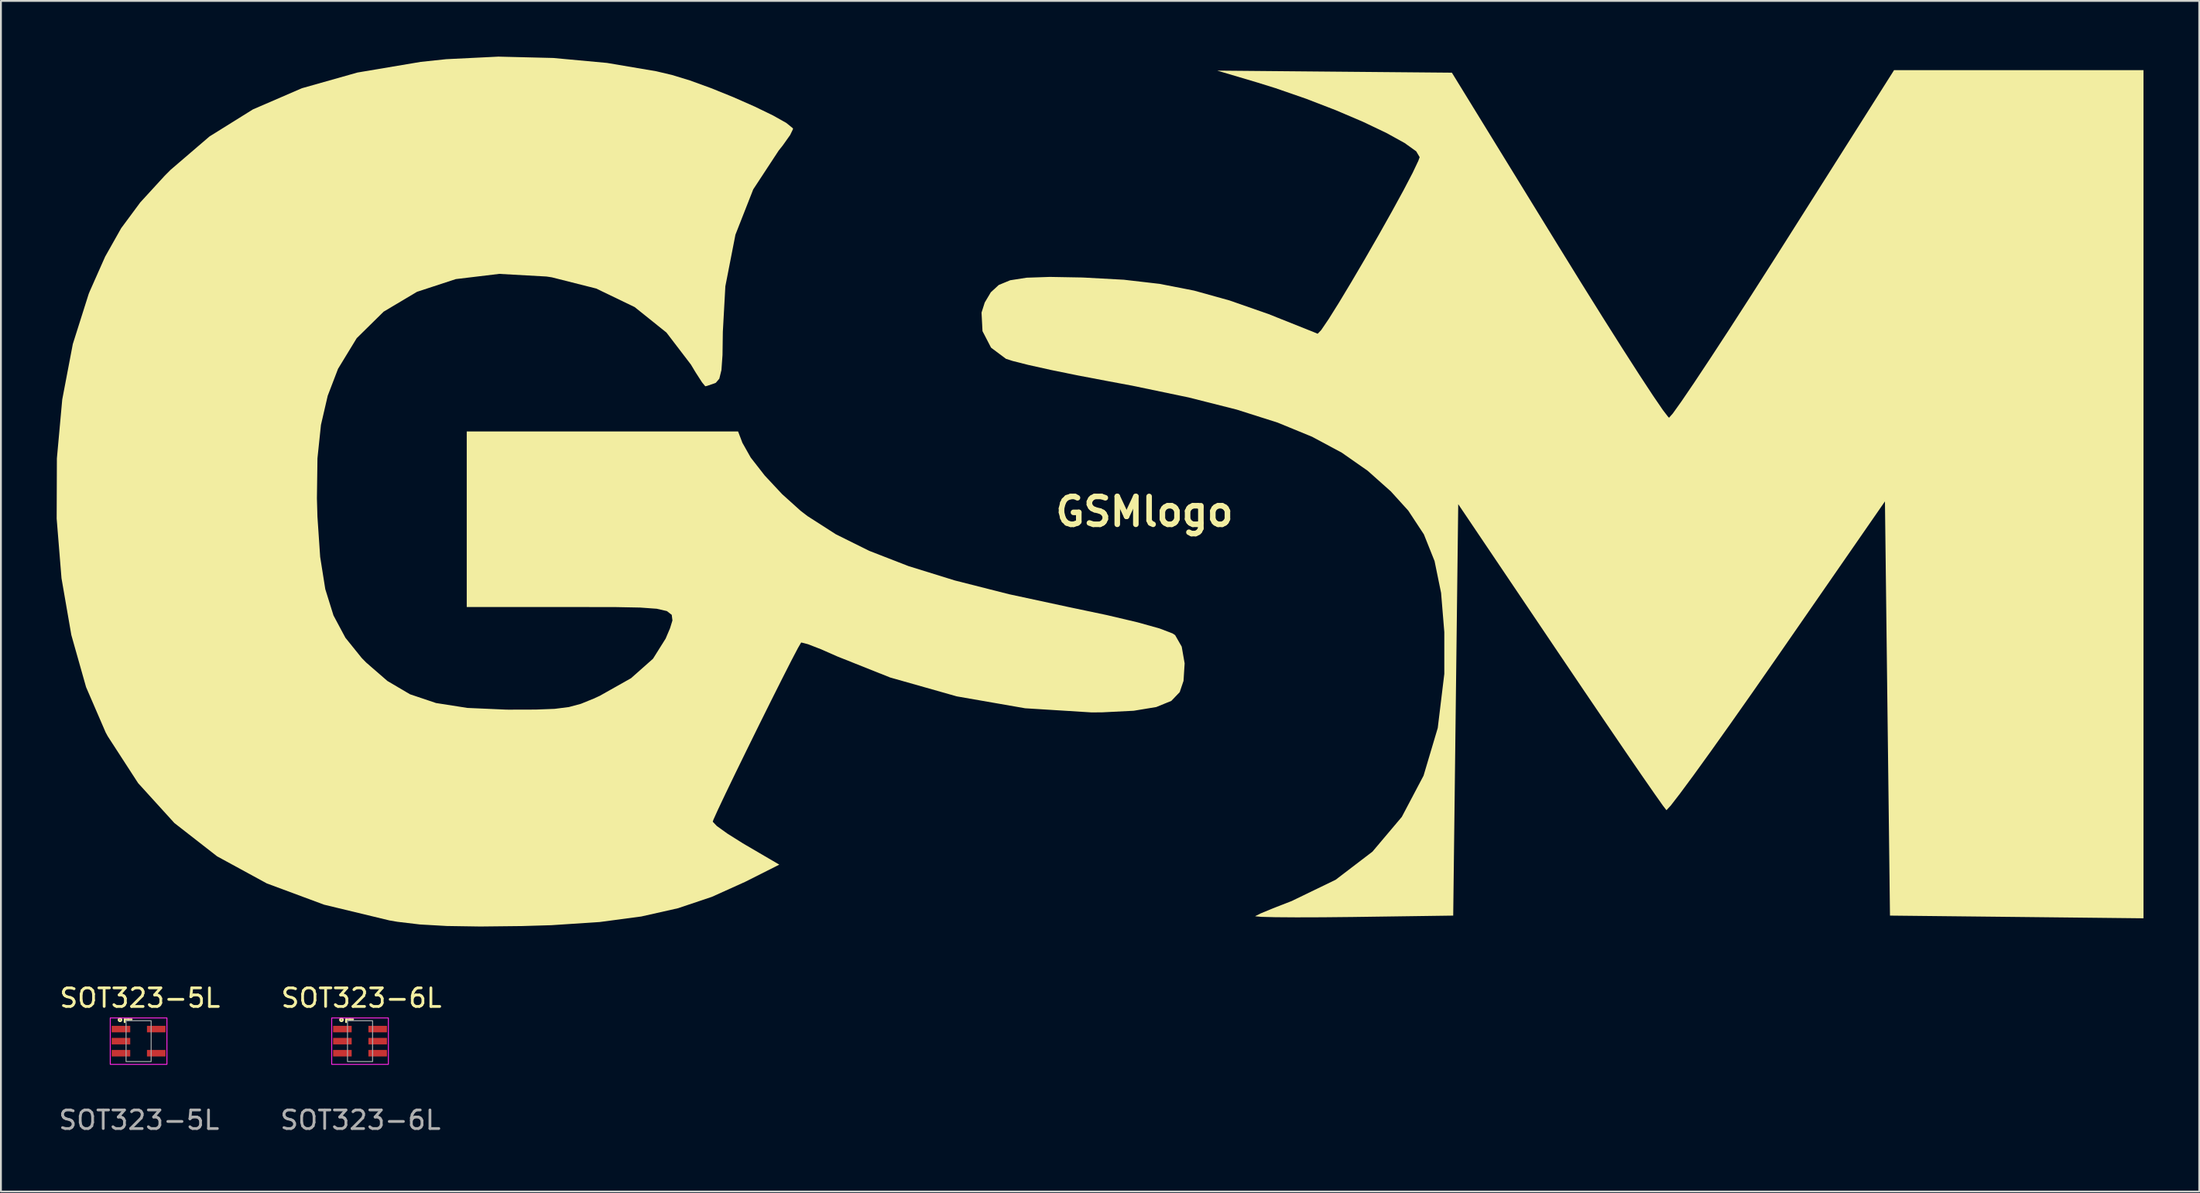
<source format=kicad_pcb>
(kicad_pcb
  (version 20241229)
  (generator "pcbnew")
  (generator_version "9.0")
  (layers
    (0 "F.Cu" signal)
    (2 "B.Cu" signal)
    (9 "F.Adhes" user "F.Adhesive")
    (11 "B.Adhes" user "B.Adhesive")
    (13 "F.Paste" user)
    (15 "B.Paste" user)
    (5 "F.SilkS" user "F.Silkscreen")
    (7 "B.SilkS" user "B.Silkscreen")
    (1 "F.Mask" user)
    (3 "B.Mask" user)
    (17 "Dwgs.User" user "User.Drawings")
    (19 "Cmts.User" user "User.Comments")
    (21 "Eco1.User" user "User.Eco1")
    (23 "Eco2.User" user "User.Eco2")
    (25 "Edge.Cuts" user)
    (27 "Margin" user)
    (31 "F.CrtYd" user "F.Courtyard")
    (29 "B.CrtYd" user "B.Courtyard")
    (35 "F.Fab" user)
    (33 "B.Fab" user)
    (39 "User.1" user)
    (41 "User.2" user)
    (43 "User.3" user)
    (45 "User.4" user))
  (footprint "SOT323-6L"
    (layer "F.Cu")
    (at 16.329 52.946)
    (property "Reference" "SOT323-6L" (at 0.075 -2.25 0) (unlocked yes) (layer "F.SilkS") (effects (font (size 1 1) (thickness 0.15))))
    (attr smd)
    (fp_line (start -0.75 -1.1) (end -0.55 -1.1) (stroke (width 0.1) (type default)) (layer "F.SilkS"))
    (fp_line (start -0.75 -0.95) (end -0.75 -1.1) (stroke (width 0.1) (type default)) (layer "F.SilkS"))
    (fp_line (start -0.55 -1.1) (end -0.375 -1.1) (stroke (width 0.1) (type default)) (layer "F.SilkS"))
    (fp_circle (center -1 -1.075) (end -1 -1.05) (stroke (width 0.1) (type default)) (fill no) (layer "F.SilkS"))
    (fp_rect (start -1.525 -1.175) (end 1.525 1.325) (stroke (width 0.05) (type default)) (fill no) (layer "F.CrtYd"))
    (fp_rect (start -0.675 -1.025) (end 0.675 1.175) (stroke (width 0.05) (type default)) (fill no) (layer "F.Fab"))
    (fp_text user "${REFERENCE}" (at 0.025 4.325 0) (unlocked yes) (layer "F.Fab") (effects (font (size 1 1) (thickness 0.15))))
    (pad "1" smd rect (at -0.95 -0.575 90) (size 0.35 1) (layers "F.Cu" "F.Mask" "F.Paste"))
    (pad "2" smd rect (at -0.95 0.075 90) (size 0.35 1) (layers "F.Cu" "F.Mask" "F.Paste"))
    (pad "3" smd rect (at -0.95 0.725 90) (size 0.35 1) (layers "F.Cu" "F.Mask" "F.Paste"))
    (pad "4" smd rect (at 0.95 0.725 90) (size 0.35 1) (layers "F.Cu" "F.Mask" "F.Paste"))
    (pad "5" smd rect (at 0.95 0.075 90) (size 0.35 1) (layers "F.Cu" "F.Mask" "F.Paste"))
    (pad "6" smd rect (at 0.95 -0.575 90) (size 0.35 1) (layers "F.Cu" "F.Mask" "F.Paste")))
  (footprint "SOT323-5L"
    (layer "F.Cu")
    (at 4.41 52.946)
    (property "Reference" "SOT323-5L" (at 0.075 -2.25 0) (unlocked yes) (layer "F.SilkS") (effects (font (size 1 1) (thickness 0.15))))
    (attr smd)
    (fp_line (start -0.75 -1.1) (end -0.55 -1.1) (stroke (width 0.1) (type default)) (layer "F.SilkS"))
    (fp_line (start -0.75 -0.95) (end -0.75 -1.1) (stroke (width 0.1) (type default)) (layer "F.SilkS"))
    (fp_line (start -0.55 -1.1) (end -0.375 -1.1) (stroke (width 0.1) (type default)) (layer "F.SilkS"))
    (fp_circle (center -1 -1.075) (end -1 -1.05) (stroke (width 0.1) (type default)) (fill no) (layer "F.SilkS"))
    (fp_rect (start -1.525 -1.175) (end 1.525 1.325) (stroke (width 0.05) (type default)) (fill no) (layer "F.CrtYd"))
    (fp_rect (start -0.675 -1.025) (end 0.675 1.175) (stroke (width 0.05) (type default)) (fill no) (layer "F.Fab"))
    (fp_text user "${REFERENCE}" (at 0.025 4.325 0) (unlocked yes) (layer "F.Fab") (effects (font (size 1 1) (thickness 0.15))))
    (pad "1" smd rect (at -0.95 -0.575 90) (size 0.35 1) (layers "F.Cu" "F.Mask" "F.Paste"))
    (pad "2" smd rect (at -0.95 0.075 90) (size 0.35 1) (layers "F.Cu" "F.Mask" "F.Paste"))
    (pad "3" smd rect (at -0.95 0.725 90) (size 0.35 1) (layers "F.Cu" "F.Mask" "F.Paste"))
    (pad "4" smd rect (at 0.95 0.725 90) (size 0.35 1) (layers "F.Cu" "F.Mask" "F.Paste"))
    (pad "5" smd rect (at 0.95 -0.575 90) (size 0.35 1) (layers "F.Cu" "F.Mask" "F.Paste")))
  (footprint "GSMlogo"
    (layer "F.Cu")
    (at 58.551 24.508)
    (property "Reference" "GSMlogo" (at 0 0 0) (layer "F.SilkS") (effects (font (size 1.5 1.5) (thickness 0.3))))
    (attr board_only exclude_from_pos_files exclude_from_bom)
    (fp_poly (pts (xy 53.772 -0.941) (xy 53.772 21.897) (xy 46.949 21.824) (xy 40.127 21.752) (xy 39.991 10.598) (xy 39.856 -0.555) (xy 34.063 7.813) (xy 32.757 9.689) (xy 31.545 11.413) (xy 30.462 12.936) (xy 29.541 14.212) (xy 28.817 15.191) (xy 28.326 15.827) (xy 28.1 16.071) (xy 28.093 16.072) (xy 27.906 15.83) (xy 27.454 15.19) (xy 26.769 14.203) (xy 25.888 12.919) (xy 24.845 11.388) (xy 23.674 9.662) (xy 22.411 7.791) (xy 22.402 7.779) (xy 16.888 -0.405) (xy 16.753 10.673) (xy 16.618 21.752) (xy 11.23 21.826) (xy 9.6 21.842) (xy 8.18 21.846) (xy 7.048 21.838) (xy 6.283 21.819) (xy 5.965 21.788) (xy 5.961 21.781) (xy 6.255 21.634) (xy 6.919 21.358) (xy 7.814 21.01) (xy 7.907 20.975) (xy 10.289 19.822) (xy 12.271 18.308) (xy 13.85 16.437) (xy 15.022 14.215) (xy 15.786 11.646) (xy 16.139 8.733) (xy 16.139 6.485) (xy 15.965 4.371) (xy 15.614 2.657) (xy 15.04 1.221) (xy 14.197 -0.061) (xy 13.264 -1.091) (xy 12.014 -2.205) (xy 10.621 -3.179) (xy 9.023 -4.036) (xy 7.159 -4.802) (xy 4.965 -5.499) (xy 2.38 -6.153) (xy -0.659 -6.787) (xy -2.013 -7.04) (xy -3.587 -7.339) (xy -5.034 -7.634) (xy -6.244 -7.903) (xy -7.109 -8.122) (xy -7.455 -8.234) (xy -8.258 -8.835) (xy -8.718 -9.724) (xy -8.77 -10.725) (xy -8.598 -11.266) (xy -8.27 -11.818) (xy -7.842 -12.211) (xy -7.227 -12.465) (xy -6.341 -12.603) (xy -5.095 -12.645) (xy -3.405 -12.615) (xy -3.243 -12.609) (xy -1.108 -12.493) (xy 0.819 -12.27) (xy 2.671 -11.908) (xy 4.58 -11.377) (xy 6.682 -10.642) (xy 9.107 -9.674) (xy 9.322 -9.584) (xy 9.51 -9.779) (xy 9.907 -10.364) (xy 10.465 -11.254) (xy 11.133 -12.364) (xy 11.864 -13.609) (xy 12.609 -14.905) (xy 13.317 -16.166) (xy 13.941 -17.307) (xy 14.431 -18.244) (xy 14.738 -18.891) (xy 14.812 -19.094) (xy 14.627 -19.408) (xy 14.006 -19.854) (xy 13.025 -20.396) (xy 11.763 -20.998) (xy 10.295 -21.624) (xy 8.699 -22.24) (xy 7.053 -22.81) (xy 6.091 -23.11) (xy 3.918 -23.755) (xy 10.232 -23.699) (xy 16.546 -23.644) (xy 22.257 -14.348) (xy 23.505 -12.327) (xy 24.672 -10.458) (xy 25.727 -8.79) (xy 26.638 -7.371) (xy 27.374 -6.25) (xy 27.904 -5.475) (xy 28.196 -5.095) (xy 28.238 -5.064) (xy 28.436 -5.288) (xy 28.889 -5.922) (xy 29.566 -6.917) (xy 30.435 -8.227) (xy 31.464 -9.801) (xy 32.62 -11.594) (xy 33.874 -13.556) (xy 34.427 -14.428) (xy 40.346 -23.779) (xy 47.059 -23.779) (xy 53.772 -23.779)) (stroke (width 0) (type solid)) (fill yes) (layer "F.SilkS"))
    (fp_poly (pts (xy -31.825 -24.436) (xy -28.927 -24.169) (xy -26.279 -23.721) (xy -25.437 -23.522) (xy -24.464 -23.225) (xy -23.327 -22.811) (xy -22.131 -22.327) (xy -20.986 -21.822) (xy -19.999 -21.343) (xy -19.278 -20.938) (xy -18.931 -20.656) (xy -18.915 -20.61) (xy -19.073 -20.284) (xy -19.472 -19.721) (xy -19.688 -19.449) (xy -21.059 -17.358) (xy -22.016 -14.92) (xy -22.559 -12.14) (xy -22.694 -9.689) (xy -22.712 -8.437) (xy -22.77 -7.628) (xy -22.884 -7.163) (xy -23.07 -6.945) (xy -23.125 -6.919) (xy -23.541 -6.777) (xy -23.64 -6.755) (xy -23.814 -6.967) (xy -24.162 -7.507) (xy -24.414 -7.926) (xy -25.73 -9.649) (xy -27.44 -11.02) (xy -29.508 -12.018) (xy -31.9 -12.623) (xy -32.187 -12.666) (xy -34.728 -12.808) (xy -37.068 -12.527) (xy -39.157 -11.842) (xy -40.951 -10.774) (xy -42.401 -9.345) (xy -43.406 -7.696) (xy -43.962 -6.244) (xy -44.325 -4.677) (xy -44.514 -2.876) (xy -44.543 -0.72) (xy -44.515 0.27) (xy -44.368 2.434) (xy -44.092 4.172) (xy -43.651 5.587) (xy -43.01 6.787) (xy -42.134 7.875) (xy -41.896 8.119) (xy -40.748 9.116) (xy -39.532 9.832) (xy -38.134 10.303) (xy -36.444 10.567) (xy -34.349 10.659) (xy -34.182 10.66) (xy -32.766 10.656) (xy -31.747 10.617) (xy -30.982 10.52) (xy -30.33 10.344) (xy -29.647 10.066) (xy -29.318 9.915) (xy -27.636 8.967) (xy -26.454 7.919) (xy -25.772 6.832) (xy -25.536 6.275) (xy -25.407 5.856) (xy -25.445 5.554) (xy -25.707 5.351) (xy -26.253 5.226) (xy -27.142 5.162) (xy -28.433 5.137) (xy -30.184 5.134) (xy -30.939 5.134) (xy -36.479 5.134) (xy -36.479 0.405) (xy -36.479 -4.323) (xy -29.176 -4.323) (xy -21.874 -4.323) (xy -21.64 -3.709) (xy -21.194 -2.917) (xy -20.439 -1.948) (xy -19.502 -0.944) (xy -18.509 -0.05) (xy -18.139 0.235) (xy -16.61 1.216) (xy -14.816 2.107) (xy -12.702 2.929) (xy -10.213 3.701) (xy -7.291 4.443) (xy -4.092 5.132) (xy -2.021 5.568) (xy -0.375 5.956) (xy 0.813 6.288) (xy 1.511 6.555) (xy 1.65 6.646) (xy 2.005 7.268) (xy 2.162 8.167) (xy 2.102 9.111) (xy 1.897 9.717) (xy 1.445 10.189) (xy 0.637 10.519) (xy -0.58 10.72) (xy -2.259 10.804) (xy -2.842 10.809) (xy -6.424 10.586) (xy -10.102 9.945) (xy -13.689 8.928) (xy -16.529 7.796) (xy -17.427 7.401) (xy -18.114 7.135) (xy -18.465 7.045) (xy -18.483 7.051) (xy -18.652 7.343) (xy -19.009 8.024) (xy -19.507 9.004) (xy -20.103 10.192) (xy -20.751 11.497) (xy -21.405 12.827) (xy -22.023 14.092) (xy -22.557 15.2) (xy -22.964 16.061) (xy -23.199 16.582) (xy -23.238 16.694) (xy -23.021 16.924) (xy -22.447 17.337) (xy -21.631 17.85) (xy -21.447 17.959) (xy -19.655 19.007) (xy -21.494 19.934) (xy -23.28 20.74) (xy -25.108 21.355) (xy -27.085 21.8) (xy -29.319 22.097) (xy -31.919 22.268) (xy -33.506 22.315) (xy -35.747 22.339) (xy -37.546 22.312) (xy -39.001 22.229) (xy -40.21 22.085) (xy -40.642 22.011) (xy -44.158 21.163) (xy -47.239 20.019) (xy -49.915 18.56) (xy -52.215 16.766) (xy -54.167 14.617) (xy -55.801 12.095) (xy -55.914 11.887) (xy -56.968 9.447) (xy -57.761 6.642) (xy -58.291 3.581) (xy -58.551 0.373) (xy -58.539 -2.871) (xy -58.251 -6.042) (xy -57.682 -9.03) (xy -56.829 -11.725) (xy -56.772 -11.866) (xy -55.942 -13.737) (xy -55.078 -15.27) (xy -54.05 -16.659) (xy -52.731 -18.099) (xy -52.421 -18.41) (xy -50.326 -20.208) (xy -47.988 -21.666) (xy -45.351 -22.807) (xy -42.361 -23.652) (xy -38.964 -24.224) (xy -37.582 -24.371) (xy -34.775 -24.508)) (stroke (width 0) (type solid)) (fill yes) (layer "F.SilkS")))
  (gr_rect
    (start -3 -3)
    (end 115.324 61.119)
    (stroke (width 0.1) (type default))
    (fill no)
    (layer "Edge.Cuts")))
</source>
